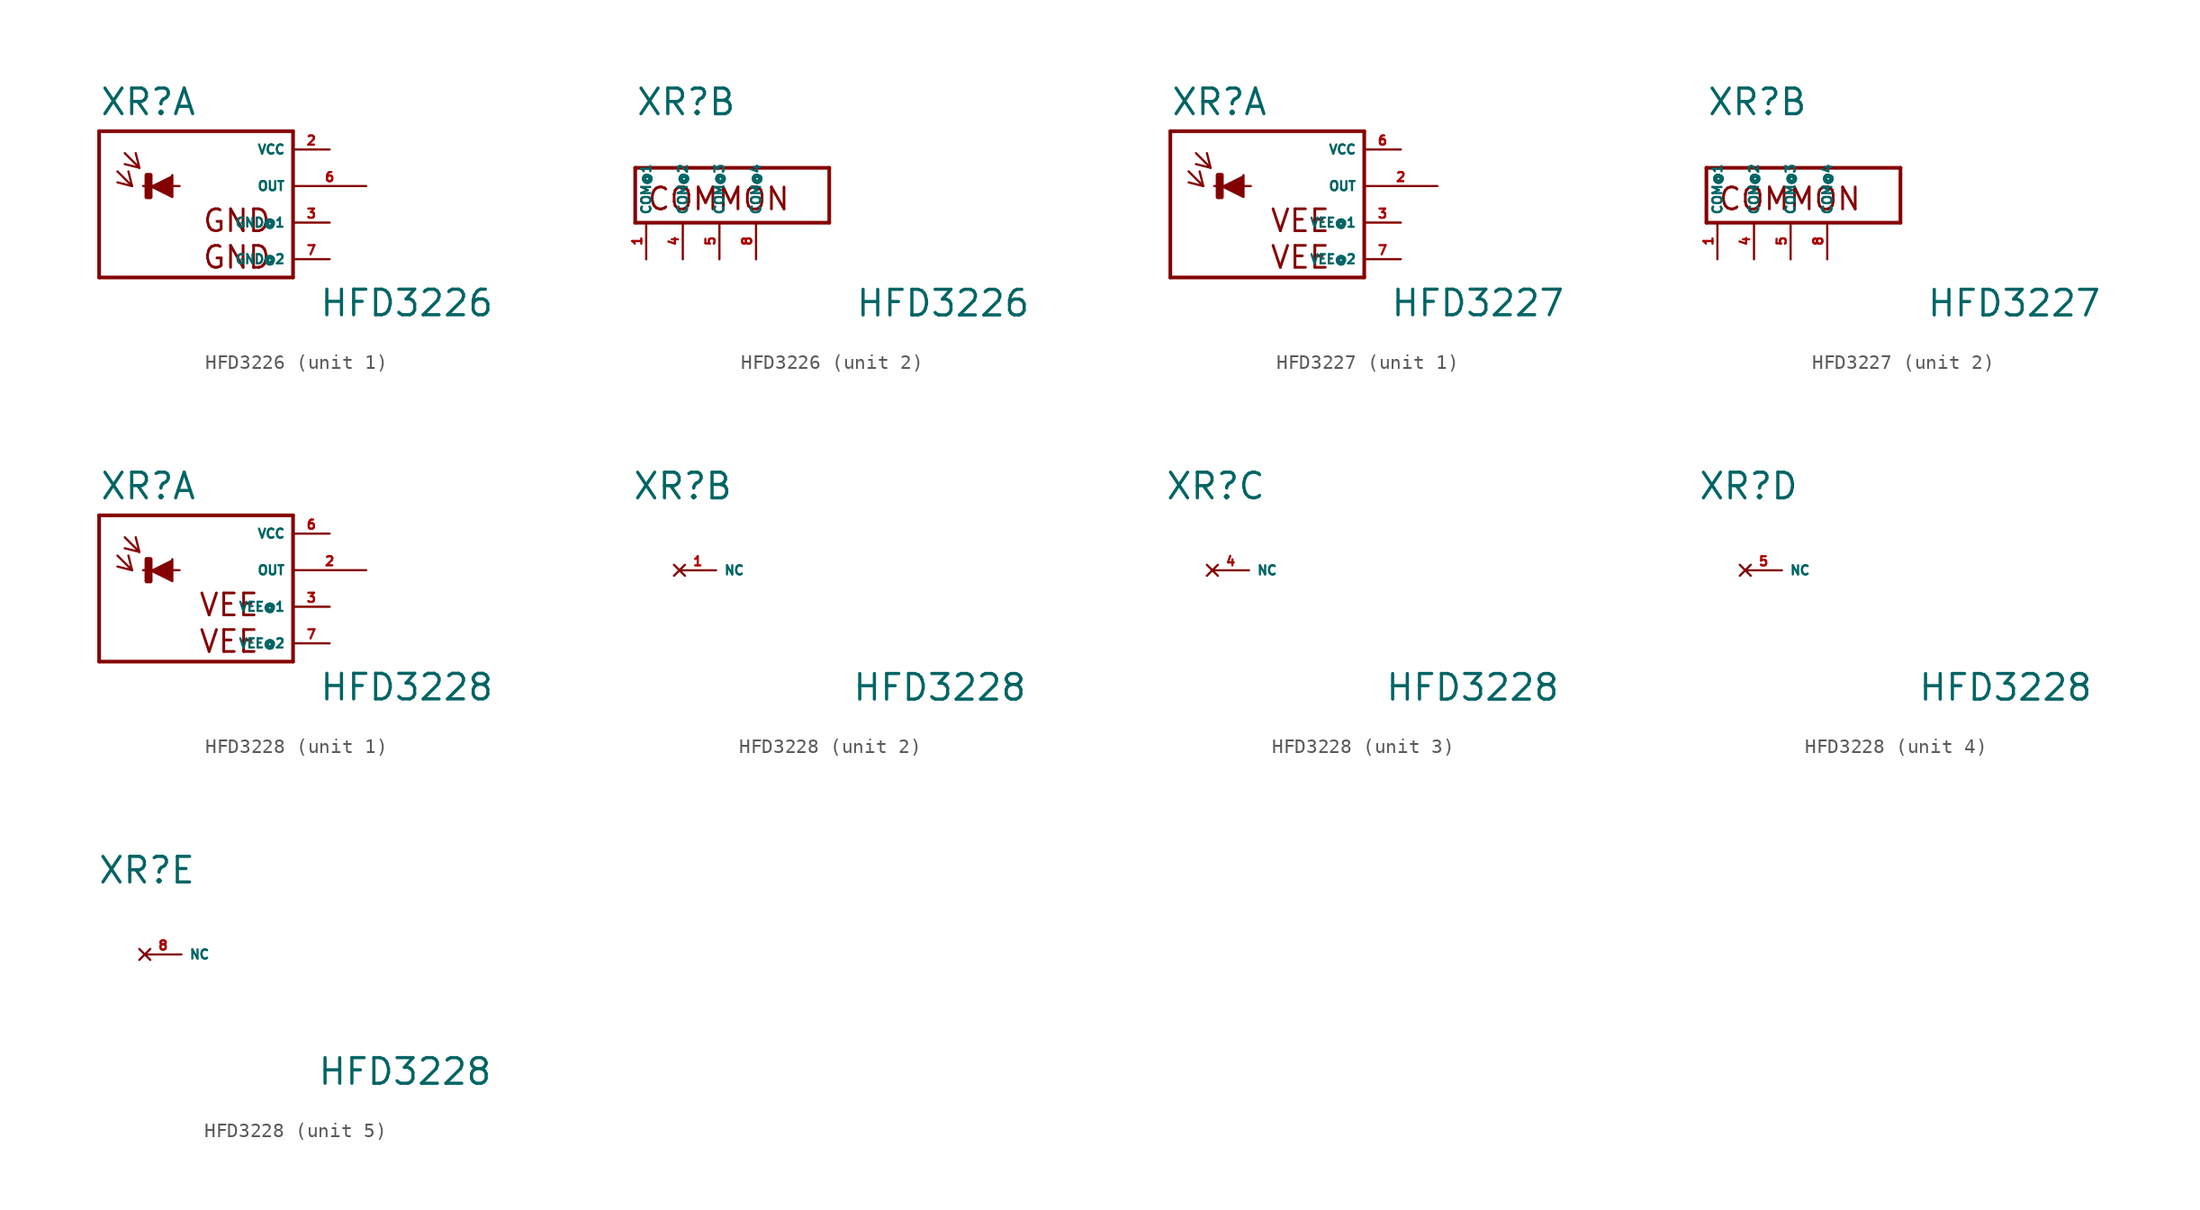
<source format=kicad_sym>
(kicad_symbol_lib
  (version 20220914)
  (generator Eagle2Kicad)
  (symbol "HFD3226"
    (property "Reference" "XR"
      (at -5.842 4.801 0)
      (effects (font (size 1.778 1.778) (thickness 0.22)) (justify left bottom)))
    (property "Value" "HFD3226"
      (at 9.398 -9.169 0)
      (effects (font (size 1.778 1.778) (thickness 0.22)) (justify left bottom)))
    (symbol "HFD3226_1_0"
      (polyline (pts (xy -2.286 0) (xy -0.762 -0.762) (xy -0.762 0.762)) (stroke (width 0.152) (type default)) (fill (type outline)))
      (polyline (pts (xy -4.572 1.016) (xy -3.556 0)) (stroke (width 0.152) (type default)) (fill (type none)))
      (polyline (pts (xy -3.556 0) (xy -3.81 1.016)) (stroke (width 0.152) (type default)) (fill (type none)))
      (polyline (pts (xy -3.556 0) (xy -4.572 0.254)) (stroke (width 0.152) (type default)) (fill (type none)))
      (polyline (pts (xy -4.064 2.286) (xy -3.048 1.27)) (stroke (width 0.152) (type default)) (fill (type none)))
      (polyline (pts (xy -3.048 1.27) (xy -3.302 2.286)) (stroke (width 0.152) (type default)) (fill (type none)))
      (polyline (pts (xy -3.048 1.27) (xy -4.064 1.524)) (stroke (width 0.152) (type default)) (fill (type none)))
      (polyline (pts (xy 7.62 3.81) (xy 7.62 -6.35)) (stroke (width 0.254) (type default)) (fill (type none)))
      (polyline (pts (xy 7.62 -6.35) (xy -5.842 -6.35)) (stroke (width 0.254) (type default)) (fill (type none)))
      (polyline (pts (xy -5.842 -6.35) (xy -5.842 3.81)) (stroke (width 0.254) (type default)) (fill (type none)))
      (polyline (pts (xy -5.842 3.81) (xy 7.62 3.81)) (stroke (width 0.254) (type default)) (fill (type none)))
      (polyline (pts (xy -2.794 0) (xy -0.254 0)) (stroke (width 0.152) (type default)) (fill (type none)))
      (text "GND" (at 1.27 -3.302 0) (effects (font (size 1.524 1.524) (thickness 0.19)) (justify left bottom)))
      (text "GND" (at 1.27 -5.842 0) (effects (font (size 1.524 1.524) (thickness 0.19)) (justify left bottom)))
      (rectangle (start -2.54 -0.762) (end -2.286 0.762) (stroke (width 0.3) (type default)) (fill (type outline)))
      (pin unspecified line (at 10.16 2.54 180) (length 2.54) (name "VCC" (effects (font (size 0.635 0.635) (thickness 0.08)) (justify left bottom))) (number "2" (effects (font (size 0.635 0.635) (thickness 0.08)) (justify left bottom))))
      (pin unspecified line (at 10.16 -2.54 180) (length 2.54) (name "GND@1" (effects (font (size 0.635 0.635) (thickness 0.08)) (justify left bottom))) (number "3" (effects (font (size 0.635 0.635) (thickness 0.08)) (justify left bottom))))
      (pin output line (at 12.7 0 180) (length 5.08) (name "OUT" (effects (font (size 0.635 0.635) (thickness 0.08)) (justify left bottom))) (number "6" (effects (font (size 0.635 0.635) (thickness 0.08)) (justify left bottom))))
      (pin unspecified line (at 10.16 -5.08 180) (length 2.54) (name "GND@2" (effects (font (size 0.635 0.635) (thickness 0.08)) (justify left bottom))) (number "7" (effects (font (size 0.635 0.635) (thickness 0.08)) (justify left bottom)))))
    (symbol "HFD3226_2_0"
      (polyline (pts (xy 7.62 1.27) (xy 7.62 -2.54)) (stroke (width 0.254) (type default)) (fill (type none)))
      (polyline (pts (xy 7.62 -2.54) (xy -5.842 -2.54)) (stroke (width 0.254) (type default)) (fill (type none)))
      (polyline (pts (xy -5.842 -2.54) (xy -5.842 1.27)) (stroke (width 0.254) (type default)) (fill (type none)))
      (polyline (pts (xy 7.62 1.27) (xy -5.842 1.27)) (stroke (width 0.254) (type default)) (fill (type none)))
      (text "COMMON" (at -5.08 -1.778 0) (effects (font (size 1.524 1.524) (thickness 0.19)) (justify left bottom)))
      (pin unspecified line (at -5.08 -5.08 90) (length 2.54) (name "COM@1" (effects (font (size 0.635 0.635) (thickness 0.08)) (justify left bottom))) (number "1" (effects (font (size 0.635 0.635) (thickness 0.08)) (justify left bottom))))
      (pin unspecified line (at -2.54 -5.08 90) (length 2.54) (name "COM@2" (effects (font (size 0.635 0.635) (thickness 0.08)) (justify left bottom))) (number "4" (effects (font (size 0.635 0.635) (thickness 0.08)) (justify left bottom))))
      (pin unspecified line (at 0 -5.08 90) (length 2.54) (name "COM@3" (effects (font (size 0.635 0.635) (thickness 0.08)) (justify left bottom))) (number "5" (effects (font (size 0.635 0.635) (thickness 0.08)) (justify left bottom))))
      (pin unspecified line (at 2.54 -5.08 90) (length 2.54) (name "COM@4" (effects (font (size 0.635 0.635) (thickness 0.08)) (justify left bottom))) (number "8" (effects (font (size 0.635 0.635) (thickness 0.08)) (justify left bottom))))))
  (symbol "HFD3227"
    (property "Reference" "XR"
      (at -5.842 4.801 0)
      (effects (font (size 1.778 1.778) (thickness 0.22)) (justify left bottom)))
    (property "Value" "HFD3227"
      (at 9.398 -9.169 0)
      (effects (font (size 1.778 1.778) (thickness 0.22)) (justify left bottom)))
    (symbol "HFD3227_1_0"
      (polyline (pts (xy -2.286 0) (xy -0.762 -0.762) (xy -0.762 0.762)) (stroke (width 0.152) (type default)) (fill (type outline)))
      (polyline (pts (xy -4.572 1.016) (xy -3.556 0)) (stroke (width 0.152) (type default)) (fill (type none)))
      (polyline (pts (xy -3.556 0) (xy -3.81 1.016)) (stroke (width 0.152) (type default)) (fill (type none)))
      (polyline (pts (xy -3.556 0) (xy -4.572 0.254)) (stroke (width 0.152) (type default)) (fill (type none)))
      (polyline (pts (xy -4.064 2.286) (xy -3.048 1.27)) (stroke (width 0.152) (type default)) (fill (type none)))
      (polyline (pts (xy -3.048 1.27) (xy -3.302 2.286)) (stroke (width 0.152) (type default)) (fill (type none)))
      (polyline (pts (xy -3.048 1.27) (xy -4.064 1.524)) (stroke (width 0.152) (type default)) (fill (type none)))
      (polyline (pts (xy 7.62 3.81) (xy 7.62 -6.35)) (stroke (width 0.254) (type default)) (fill (type none)))
      (polyline (pts (xy 7.62 -6.35) (xy -5.842 -6.35)) (stroke (width 0.254) (type default)) (fill (type none)))
      (polyline (pts (xy -5.842 -6.35) (xy -5.842 3.81)) (stroke (width 0.254) (type default)) (fill (type none)))
      (polyline (pts (xy -5.842 3.81) (xy 7.62 3.81)) (stroke (width 0.254) (type default)) (fill (type none)))
      (polyline (pts (xy -2.794 0) (xy -0.254 0)) (stroke (width 0.152) (type default)) (fill (type none)))
      (text "VEE" (at 1.016 -3.302 0) (effects (font (size 1.524 1.524) (thickness 0.19)) (justify left bottom)))
      (text "VEE" (at 1.016 -5.842 0) (effects (font (size 1.524 1.524) (thickness 0.19)) (justify left bottom)))
      (rectangle (start -2.54 -0.762) (end -2.286 0.762) (stroke (width 0.3) (type default)) (fill (type outline)))
      (pin unspecified line (at 10.16 2.54 180) (length 2.54) (name "VCC" (effects (font (size 0.635 0.635) (thickness 0.08)) (justify left bottom))) (number "6" (effects (font (size 0.635 0.635) (thickness 0.08)) (justify left bottom))))
      (pin unspecified line (at 10.16 -2.54 180) (length 2.54) (name "VEE@1" (effects (font (size 0.635 0.635) (thickness 0.08)) (justify left bottom))) (number "3" (effects (font (size 0.635 0.635) (thickness 0.08)) (justify left bottom))))
      (pin output line (at 12.7 0 180) (length 5.08) (name "OUT" (effects (font (size 0.635 0.635) (thickness 0.08)) (justify left bottom))) (number "2" (effects (font (size 0.635 0.635) (thickness 0.08)) (justify left bottom))))
      (pin unspecified line (at 10.16 -5.08 180) (length 2.54) (name "VEE@2" (effects (font (size 0.635 0.635) (thickness 0.08)) (justify left bottom))) (number "7" (effects (font (size 0.635 0.635) (thickness 0.08)) (justify left bottom)))))
    (symbol "HFD3227_2_0"
      (polyline (pts (xy 7.62 1.27) (xy 7.62 -2.54)) (stroke (width 0.254) (type default)) (fill (type none)))
      (polyline (pts (xy 7.62 -2.54) (xy -5.842 -2.54)) (stroke (width 0.254) (type default)) (fill (type none)))
      (polyline (pts (xy -5.842 -2.54) (xy -5.842 1.27)) (stroke (width 0.254) (type default)) (fill (type none)))
      (polyline (pts (xy 7.62 1.27) (xy -5.842 1.27)) (stroke (width 0.254) (type default)) (fill (type none)))
      (text "COMMON" (at -5.08 -1.778 0) (effects (font (size 1.524 1.524) (thickness 0.19)) (justify left bottom)))
      (pin unspecified line (at -5.08 -5.08 90) (length 2.54) (name "COM@1" (effects (font (size 0.635 0.635) (thickness 0.08)) (justify left bottom))) (number "1" (effects (font (size 0.635 0.635) (thickness 0.08)) (justify left bottom))))
      (pin unspecified line (at -2.54 -5.08 90) (length 2.54) (name "COM@2" (effects (font (size 0.635 0.635) (thickness 0.08)) (justify left bottom))) (number "4" (effects (font (size 0.635 0.635) (thickness 0.08)) (justify left bottom))))
      (pin unspecified line (at 0 -5.08 90) (length 2.54) (name "COM@3" (effects (font (size 0.635 0.635) (thickness 0.08)) (justify left bottom))) (number "5" (effects (font (size 0.635 0.635) (thickness 0.08)) (justify left bottom))))
      (pin unspecified line (at 2.54 -5.08 90) (length 2.54) (name "COM@4" (effects (font (size 0.635 0.635) (thickness 0.08)) (justify left bottom))) (number "8" (effects (font (size 0.635 0.635) (thickness 0.08)) (justify left bottom))))))
  (symbol "HFD3228"
    (property "Reference" "XR"
      (at -5.842 4.801 0)
      (effects (font (size 1.778 1.778) (thickness 0.22)) (justify left bottom)))
    (property "Value" "HFD3228"
      (at 9.398 -9.169 0)
      (effects (font (size 1.778 1.778) (thickness 0.22)) (justify left bottom)))
    (symbol "HFD3228_1_0"
      (polyline (pts (xy -2.286 0) (xy -0.762 -0.762) (xy -0.762 0.762)) (stroke (width 0.152) (type default)) (fill (type outline)))
      (polyline (pts (xy -4.572 1.016) (xy -3.556 0)) (stroke (width 0.152) (type default)) (fill (type none)))
      (polyline (pts (xy -3.556 0) (xy -3.81 1.016)) (stroke (width 0.152) (type default)) (fill (type none)))
      (polyline (pts (xy -3.556 0) (xy -4.572 0.254)) (stroke (width 0.152) (type default)) (fill (type none)))
      (polyline (pts (xy -4.064 2.286) (xy -3.048 1.27)) (stroke (width 0.152) (type default)) (fill (type none)))
      (polyline (pts (xy -3.048 1.27) (xy -3.302 2.286)) (stroke (width 0.152) (type default)) (fill (type none)))
      (polyline (pts (xy -3.048 1.27) (xy -4.064 1.524)) (stroke (width 0.152) (type default)) (fill (type none)))
      (polyline (pts (xy 7.62 3.81) (xy 7.62 -6.35)) (stroke (width 0.254) (type default)) (fill (type none)))
      (polyline (pts (xy 7.62 -6.35) (xy -5.842 -6.35)) (stroke (width 0.254) (type default)) (fill (type none)))
      (polyline (pts (xy -5.842 -6.35) (xy -5.842 3.81)) (stroke (width 0.254) (type default)) (fill (type none)))
      (polyline (pts (xy -5.842 3.81) (xy 7.62 3.81)) (stroke (width 0.254) (type default)) (fill (type none)))
      (polyline (pts (xy -2.794 0) (xy -0.254 0)) (stroke (width 0.152) (type default)) (fill (type none)))
      (text "VEE" (at 1.016 -3.302 0) (effects (font (size 1.524 1.524) (thickness 0.19)) (justify left bottom)))
      (text "VEE" (at 1.016 -5.842 0) (effects (font (size 1.524 1.524) (thickness 0.19)) (justify left bottom)))
      (rectangle (start -2.54 -0.762) (end -2.286 0.762) (stroke (width 0.3) (type default)) (fill (type outline)))
      (pin unspecified line (at 10.16 2.54 180) (length 2.54) (name "VCC" (effects (font (size 0.635 0.635) (thickness 0.08)) (justify left bottom))) (number "6" (effects (font (size 0.635 0.635) (thickness 0.08)) (justify left bottom))))
      (pin unspecified line (at 10.16 -2.54 180) (length 2.54) (name "VEE@1" (effects (font (size 0.635 0.635) (thickness 0.08)) (justify left bottom))) (number "3" (effects (font (size 0.635 0.635) (thickness 0.08)) (justify left bottom))))
      (pin output line (at 12.7 0 180) (length 5.08) (name "OUT" (effects (font (size 0.635 0.635) (thickness 0.08)) (justify left bottom))) (number "2" (effects (font (size 0.635 0.635) (thickness 0.08)) (justify left bottom))))
      (pin unspecified line (at 10.16 -5.08 180) (length 2.54) (name "VEE@2" (effects (font (size 0.635 0.635) (thickness 0.08)) (justify left bottom))) (number "7" (effects (font (size 0.635 0.635) (thickness 0.08)) (justify left bottom)))))
    (symbol "HFD3228_2_0"
      (pin no_connect line (at -2.54 0 0) (length 2.54) (name "NC" (effects (font (size 0.635 0.635) (thickness 0.08)) (justify left bottom) hide)) (number "1" (effects (font (size 0.635 0.635) (thickness 0.08)) (justify left bottom) hide))))
    (symbol "HFD3228_3_0"
      (pin no_connect line (at -2.54 0 0) (length 2.54) (name "NC" (effects (font (size 0.635 0.635) (thickness 0.08)) (justify left bottom) hide)) (number "4" (effects (font (size 0.635 0.635) (thickness 0.08)) (justify left bottom) hide))))
    (symbol "HFD3228_4_0"
      (pin no_connect line (at -2.54 0 0) (length 2.54) (name "NC" (effects (font (size 0.635 0.635) (thickness 0.08)) (justify left bottom) hide)) (number "5" (effects (font (size 0.635 0.635) (thickness 0.08)) (justify left bottom) hide))))
    (symbol "HFD3228_5_0"
      (pin no_connect line (at -2.54 0 0) (length 2.54) (name "NC" (effects (font (size 0.635 0.635) (thickness 0.08)) (justify left bottom) hide)) (number "8" (effects (font (size 0.635 0.635) (thickness 0.08)) (justify left bottom) hide))))))
</source>
